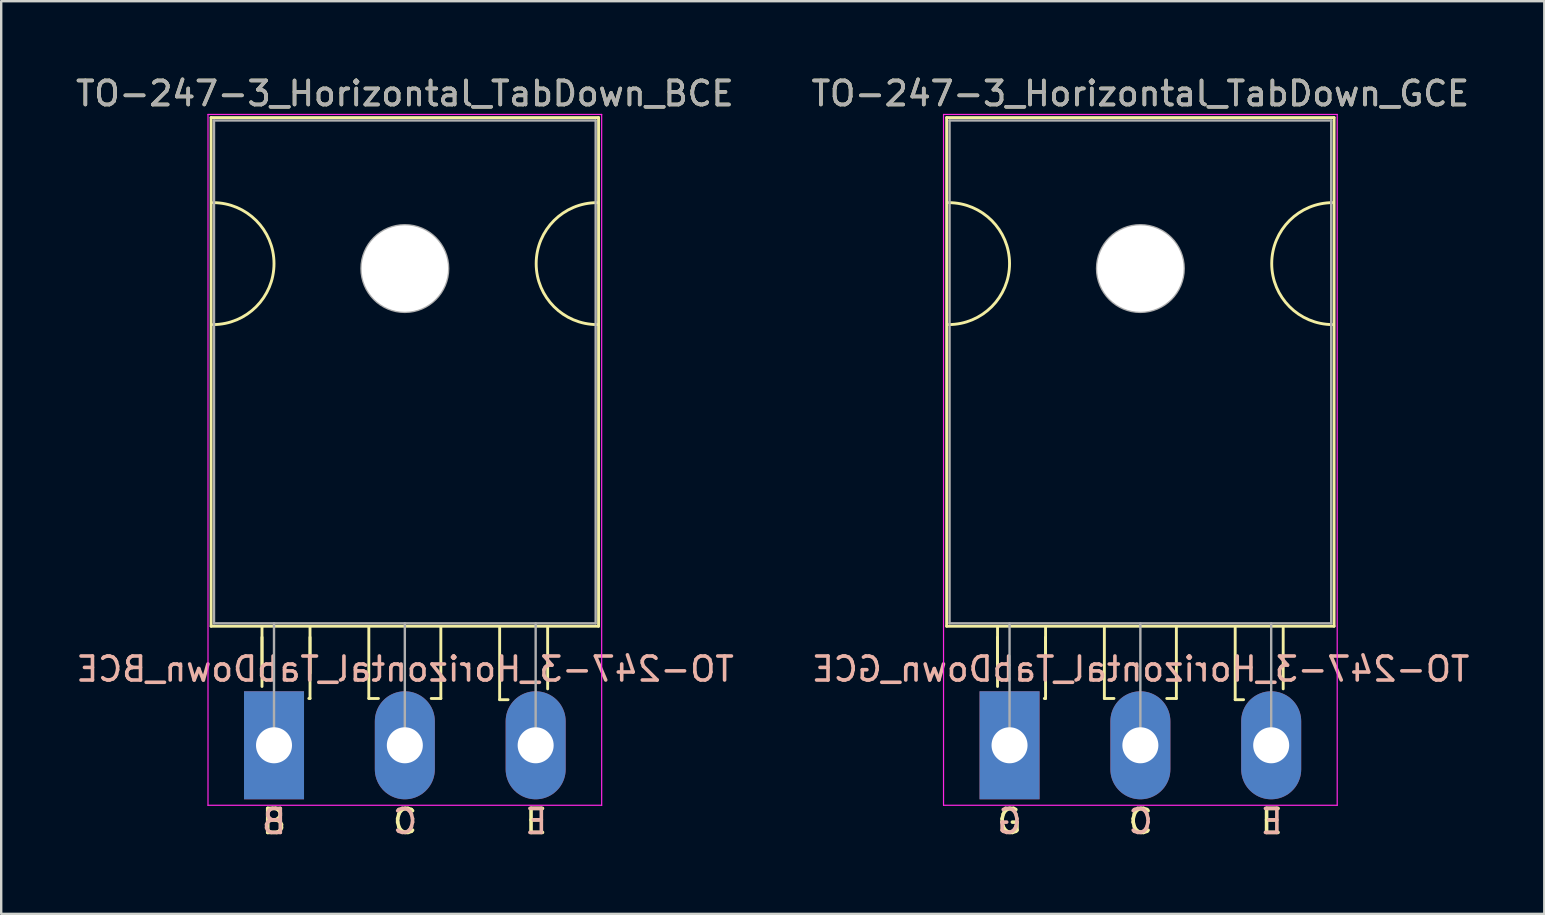
<source format=kicad_pcb>
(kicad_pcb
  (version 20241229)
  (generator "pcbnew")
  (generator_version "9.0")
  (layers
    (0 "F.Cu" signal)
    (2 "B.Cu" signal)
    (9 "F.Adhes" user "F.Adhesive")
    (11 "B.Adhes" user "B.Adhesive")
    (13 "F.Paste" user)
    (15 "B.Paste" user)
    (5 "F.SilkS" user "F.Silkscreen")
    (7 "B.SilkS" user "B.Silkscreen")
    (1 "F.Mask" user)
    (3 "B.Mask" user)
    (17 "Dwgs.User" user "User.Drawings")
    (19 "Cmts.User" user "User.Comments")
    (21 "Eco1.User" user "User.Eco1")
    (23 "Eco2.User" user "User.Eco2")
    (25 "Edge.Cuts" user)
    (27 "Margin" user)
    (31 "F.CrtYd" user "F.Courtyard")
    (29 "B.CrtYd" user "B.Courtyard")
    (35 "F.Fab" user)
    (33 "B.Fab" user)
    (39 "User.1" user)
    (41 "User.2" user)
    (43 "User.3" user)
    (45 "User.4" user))
  (footprint "TO-247-3_Horizontal_TabDown_BCE"
    (layer "F.Cu")
    (at 8.365 27.998)
    (property "Reference" "TO-247-3_Horizontal_TabDown_BCE" (at 5.45 -27.15 0) (layer "F.SilkS") (effects (font (size 1 1) (thickness 0.15))))
    (fp_line (start -2.62 -26.15) (end -2.62 -4.96) (stroke (width 0.12) (type solid)) (layer "F.SilkS"))
    (fp_line (start -2.62 -26.15) (end 13.52 -26.15) (stroke (width 0.12) (type solid)) (layer "F.SilkS"))
    (fp_line (start -2.62 -4.96) (end 13.52 -4.96) (stroke (width 0.12) (type solid)) (layer "F.SilkS"))
    (fp_line (start -0.5 -4.95) (end -0.5 -2.45) (stroke (width 0.12) (type solid)) (layer "F.SilkS"))
    (fp_line (start -0.5 -4.5) (end -0.5 -3) (stroke (width 0.12) (type solid)) (layer "F.SilkS"))
    (fp_line (start 1.5 -4.95) (end 1.5 -1.95) (stroke (width 0.12) (type solid)) (layer "F.SilkS"))
    (fp_line (start 1.5 -4.5) (end 1.5 -3) (stroke (width 0.12) (type solid)) (layer "F.SilkS"))
    (fp_line (start 1.5 -1.95) (end 1.45 -1.95) (stroke (width 0.12) (type solid)) (layer "F.SilkS"))
    (fp_line (start 3.95 -4.9) (end 3.95 -1.95) (stroke (width 0.12) (type solid)) (layer "F.SilkS"))
    (fp_line (start 3.95 -1.95) (end 4.35 -1.95) (stroke (width 0.12) (type solid)) (layer "F.SilkS"))
    (fp_line (start 6.95 -4.95) (end 6.95 -1.95) (stroke (width 0.12) (type solid)) (layer "F.SilkS"))
    (fp_line (start 6.95 -1.95) (end 6.55 -1.95) (stroke (width 0.12) (type solid)) (layer "F.SilkS"))
    (fp_line (start 9.4 -4.9) (end 9.4 -1.9) (stroke (width 0.12) (type solid)) (layer "F.SilkS"))
    (fp_line (start 9.4 -1.9) (end 9.75 -1.9) (stroke (width 0.12) (type solid)) (layer "F.SilkS"))
    (fp_line (start 11.4 -4.9) (end 11.4 -2.35) (stroke (width 0.12) (type solid)) (layer "F.SilkS"))
    (fp_line (start 13.52 -26.15) (end 13.52 -4.96) (stroke (width 0.12) (type solid)) (layer "F.SilkS"))
    (fp_arc (start -2.54 -22.606) (mid 0 -20.066) (end -2.54 -17.526) (stroke (width 0.12) (type solid)) (layer "F.SilkS"))
    (fp_arc (start 13.462 -17.526) (mid 10.922 -20.066) (end 13.462 -22.606) (stroke (width 0.12) (type solid)) (layer "F.SilkS"))
    (fp_line (start -2.75 -26.28) (end -2.75 2.5) (stroke (width 0.05) (type solid)) (layer "F.CrtYd"))
    (fp_line (start -2.75 2.5) (end 13.65 2.5) (stroke (width 0.05) (type solid)) (layer "F.CrtYd"))
    (fp_line (start 13.65 -26.28) (end -2.75 -26.28) (stroke (width 0.05) (type solid)) (layer "F.CrtYd"))
    (fp_line (start 13.65 2.5) (end 13.65 -26.28) (stroke (width 0.05) (type solid)) (layer "F.CrtYd"))
    (fp_line (start -2.5 -26.03) (end 13.4 -26.03) (stroke (width 0.1) (type solid)) (layer "F.Fab"))
    (fp_line (start -2.5 -5.08) (end -2.5 -26.03) (stroke (width 0.1) (type solid)) (layer "F.Fab"))
    (fp_line (start 0 -5.08) (end 0 0) (stroke (width 0.1) (type solid)) (layer "F.Fab"))
    (fp_line (start 5.45 -5.08) (end 5.45 0) (stroke (width 0.1) (type solid)) (layer "F.Fab"))
    (fp_line (start 10.9 -5.08) (end 10.9 0) (stroke (width 0.1) (type solid)) (layer "F.Fab"))
    (fp_line (start 13.4 -26.03) (end 13.4 -5.08) (stroke (width 0.1) (type solid)) (layer "F.Fab"))
    (fp_line (start 13.4 -5.08) (end -2.5 -5.08) (stroke (width 0.1) (type solid)) (layer "F.Fab"))
    (fp_circle (center 5.45 -19.86) (end 7.255 -19.86) (stroke (width 0.1) (type solid)) (fill no) (layer "F.Fab"))
    (fp_text user "E" (at 10.922 3.175 0) (unlocked yes) (layer "F.SilkS") (effects (font (size 1 1) (thickness 0.15))))
    (fp_text user "C" (at 5.461 3.175 0) (unlocked yes) (layer "F.SilkS") (effects (font (size 1 1) (thickness 0.15))))
    (fp_text user "B" (at 0 3.175 0) (unlocked yes) (layer "F.SilkS") (effects (font (size 1 1) (thickness 0.15))))
    (fp_text user "B" (at 0 3.175 0) (unlocked yes) (layer "B.SilkS") (effects (font (size 1 1) (thickness 0.15)) (justify mirror)))
    (fp_text user "${REFERENCE}" (at 5.461 -3.175 0) (layer "B.SilkS") (effects (font (size 1 1) (thickness 0.15)) (justify mirror)))
    (fp_text user "C" (at 5.461 3.175 0) (unlocked yes) (layer "B.SilkS") (effects (font (size 1 1) (thickness 0.15)) (justify mirror)))
    (fp_text user "E" (at 10.922 3.175 0) (unlocked yes) (layer "B.SilkS") (effects (font (size 1 1) (thickness 0.15)) (justify mirror)))
    (fp_text user "${REFERENCE}" (at 5.45 -27.15 0) (layer "F.Fab") (effects (font (size 1 1) (thickness 0.15))))
    (pad "" np_thru_hole oval (at 5.45 -19.86) (size 3.6 3.6) (drill 3.6) (layers "*.Cu" "*.Mask"))
    (pad "1" thru_hole rect (at 0 0) (size 2.5 4.5) (drill 1.5) (layers "*.Cu" "*.Mask"))
    (pad "2" thru_hole oval (at 5.45 0) (size 2.5 4.5) (drill 1.5) (layers "*.Cu" "*.Mask"))
    (pad "3" thru_hole oval (at 10.9 0) (size 2.5 4.5) (drill 1.5) (layers "*.Cu" "*.Mask")))
  (footprint "TO-247-3_Horizontal_TabDown_GCE"
    (layer "F.Cu")
    (at 39.007 27.998)
    (property "Reference" "TO-247-3_Horizontal_TabDown_GCE" (at 5.45 -27.15 0) (layer "F.SilkS") (effects (font (size 1 1) (thickness 0.15))))
    (fp_line (start -2.62 -26.15) (end -2.62 -4.96) (stroke (width 0.12) (type solid)) (layer "F.SilkS"))
    (fp_line (start -2.62 -26.15) (end 13.52 -26.15) (stroke (width 0.12) (type solid)) (layer "F.SilkS"))
    (fp_line (start -2.62 -4.96) (end 13.52 -4.96) (stroke (width 0.12) (type solid)) (layer "F.SilkS"))
    (fp_line (start -0.5 -4.95) (end -0.5 -2.45) (stroke (width 0.12) (type solid)) (layer "F.SilkS"))
    (fp_line (start -0.5 -4.5) (end -0.5 -3) (stroke (width 0.12) (type solid)) (layer "F.SilkS"))
    (fp_line (start 1.5 -4.95) (end 1.5 -1.95) (stroke (width 0.12) (type solid)) (layer "F.SilkS"))
    (fp_line (start 1.5 -4.5) (end 1.5 -3) (stroke (width 0.12) (type solid)) (layer "F.SilkS"))
    (fp_line (start 1.5 -1.95) (end 1.45 -1.95) (stroke (width 0.12) (type solid)) (layer "F.SilkS"))
    (fp_line (start 3.95 -4.9) (end 3.95 -1.95) (stroke (width 0.12) (type solid)) (layer "F.SilkS"))
    (fp_line (start 3.95 -1.95) (end 4.35 -1.95) (stroke (width 0.12) (type solid)) (layer "F.SilkS"))
    (fp_line (start 6.95 -4.95) (end 6.95 -1.95) (stroke (width 0.12) (type solid)) (layer "F.SilkS"))
    (fp_line (start 6.95 -1.95) (end 6.55 -1.95) (stroke (width 0.12) (type solid)) (layer "F.SilkS"))
    (fp_line (start 9.4 -4.9) (end 9.4 -1.9) (stroke (width 0.12) (type solid)) (layer "F.SilkS"))
    (fp_line (start 9.4 -1.9) (end 9.75 -1.9) (stroke (width 0.12) (type solid)) (layer "F.SilkS"))
    (fp_line (start 11.4 -4.9) (end 11.4 -2.35) (stroke (width 0.12) (type solid)) (layer "F.SilkS"))
    (fp_line (start 13.52 -26.15) (end 13.52 -4.96) (stroke (width 0.12) (type solid)) (layer "F.SilkS"))
    (fp_arc (start -2.54 -22.606) (mid 0 -20.066) (end -2.54 -17.526) (stroke (width 0.12) (type solid)) (layer "F.SilkS"))
    (fp_arc (start 13.462 -17.526) (mid 10.922 -20.066) (end 13.462 -22.606) (stroke (width 0.12) (type solid)) (layer "F.SilkS"))
    (fp_line (start -2.75 -26.28) (end -2.75 2.5) (stroke (width 0.05) (type solid)) (layer "F.CrtYd"))
    (fp_line (start -2.75 2.5) (end 13.65 2.5) (stroke (width 0.05) (type solid)) (layer "F.CrtYd"))
    (fp_line (start 13.65 -26.28) (end -2.75 -26.28) (stroke (width 0.05) (type solid)) (layer "F.CrtYd"))
    (fp_line (start 13.65 2.5) (end 13.65 -26.28) (stroke (width 0.05) (type solid)) (layer "F.CrtYd"))
    (fp_line (start -2.5 -26.03) (end 13.4 -26.03) (stroke (width 0.1) (type solid)) (layer "F.Fab"))
    (fp_line (start -2.5 -5.08) (end -2.5 -26.03) (stroke (width 0.1) (type solid)) (layer "F.Fab"))
    (fp_line (start 0 -5.08) (end 0 0) (stroke (width 0.1) (type solid)) (layer "F.Fab"))
    (fp_line (start 5.45 -5.08) (end 5.45 0) (stroke (width 0.1) (type solid)) (layer "F.Fab"))
    (fp_line (start 10.9 -5.08) (end 10.9 0) (stroke (width 0.1) (type solid)) (layer "F.Fab"))
    (fp_line (start 13.4 -26.03) (end 13.4 -5.08) (stroke (width 0.1) (type solid)) (layer "F.Fab"))
    (fp_line (start 13.4 -5.08) (end -2.5 -5.08) (stroke (width 0.1) (type solid)) (layer "F.Fab"))
    (fp_circle (center 5.45 -19.86) (end 7.255 -19.86) (stroke (width 0.1) (type solid)) (fill no) (layer "F.Fab"))
    (fp_text user "G" (at 0 3.175 0) (unlocked yes) (layer "F.SilkS") (effects (font (size 1 1) (thickness 0.15))))
    (fp_text user "C" (at 5.461 3.175 0) (unlocked yes) (layer "F.SilkS") (effects (font (size 1 1) (thickness 0.15))))
    (fp_text user "E" (at 10.922 3.175 0) (unlocked yes) (layer "F.SilkS") (effects (font (size 1 1) (thickness 0.15))))
    (fp_text user "G" (at 0 3.175 0) (unlocked yes) (layer "B.SilkS") (effects (font (size 1 1) (thickness 0.15)) (justify mirror)))
    (fp_text user "C" (at 5.461 3.175 0) (unlocked yes) (layer "B.SilkS") (effects (font (size 1 1) (thickness 0.15)) (justify mirror)))
    (fp_text user "E" (at 10.922 3.175 0) (unlocked yes) (layer "B.SilkS") (effects (font (size 1 1) (thickness 0.15)) (justify mirror)))
    (fp_text user "${REFERENCE}" (at 5.461 -3.175 0) (layer "B.SilkS") (effects (font (size 1 1) (thickness 0.15)) (justify mirror)))
    (fp_text user "${REFERENCE}" (at 5.45 -27.15 0) (layer "F.Fab") (effects (font (size 1 1) (thickness 0.15))))
    (pad "" np_thru_hole oval (at 5.45 -19.86) (size 3.6 3.6) (drill 3.6) (layers "*.Cu" "*.Mask"))
    (pad "1" thru_hole rect (at 0 0) (size 2.5 4.5) (drill 1.5) (layers "*.Cu" "*.Mask"))
    (pad "2" thru_hole oval (at 5.45 0) (size 2.5 4.5) (drill 1.5) (layers "*.Cu" "*.Mask"))
    (pad "3" thru_hole oval (at 10.9 0) (size 2.5 4.5) (drill 1.5) (layers "*.Cu" "*.Mask")))
  (gr_rect
    (start -3 -3)
    (end 61.284 35.022)
    (stroke (width 0.1) (type default))
    (fill no)
    (layer "Edge.Cuts")))
</source>
